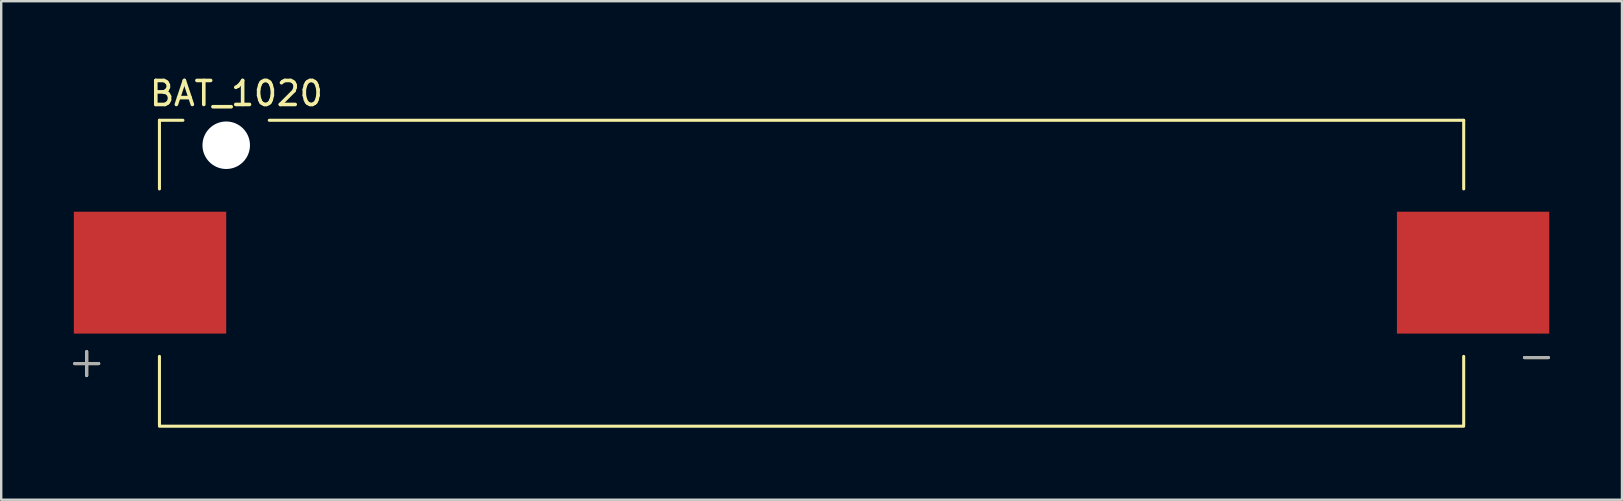
<source format=kicad_pcb>
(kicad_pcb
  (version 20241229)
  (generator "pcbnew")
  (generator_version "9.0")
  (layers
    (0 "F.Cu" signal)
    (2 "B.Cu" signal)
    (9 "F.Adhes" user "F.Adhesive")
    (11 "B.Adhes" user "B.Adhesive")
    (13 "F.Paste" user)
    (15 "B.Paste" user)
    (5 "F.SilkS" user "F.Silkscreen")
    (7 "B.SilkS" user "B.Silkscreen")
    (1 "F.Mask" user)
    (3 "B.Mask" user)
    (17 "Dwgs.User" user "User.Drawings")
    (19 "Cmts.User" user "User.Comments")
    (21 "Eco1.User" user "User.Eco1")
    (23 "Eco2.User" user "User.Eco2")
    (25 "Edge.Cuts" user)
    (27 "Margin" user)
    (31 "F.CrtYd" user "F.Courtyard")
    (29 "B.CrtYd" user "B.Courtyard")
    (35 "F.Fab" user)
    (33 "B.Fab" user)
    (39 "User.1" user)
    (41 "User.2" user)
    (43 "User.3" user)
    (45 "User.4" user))
  (footprint "BAT_1020"
    (layer "F.Cu")
    (at 30.773 8.313)
    (property "Reference" "BAT_1020" (at -23.973 -7.465 0) (layer "F.SilkS") (effects (font (size 1 1) (thickness 0.15))))
    (attr smd)
    (fp_line (start -30.71 3.79) (end -29.71 3.79) (stroke (width 0.127) (type solid)) (layer "F.SilkS"))
    (fp_line (start -30.21 3.29) (end -30.21 4.29) (stroke (width 0.127) (type solid)) (layer "F.SilkS"))
    (fp_line (start -27.178 -6.35) (end -26.2 -6.35) (stroke (width 0.127) (type solid)) (layer "F.SilkS"))
    (fp_line (start -27.178 -3.49) (end -27.178 -6.35) (stroke (width 0.127) (type solid)) (layer "F.SilkS"))
    (fp_line (start -27.178 6.35) (end -27.178 3.49) (stroke (width 0.127) (type solid)) (layer "F.SilkS"))
    (fp_line (start -22.6 -6.35) (end 27.178 -6.35) (stroke (width 0.127) (type solid)) (layer "F.SilkS"))
    (fp_line (start 27.178 -6.35) (end 27.178 -3.49) (stroke (width 0.127) (type solid)) (layer "F.SilkS"))
    (fp_line (start 27.178 3.49) (end 27.178 6.35) (stroke (width 0.127) (type solid)) (layer "F.SilkS"))
    (fp_line (start 27.178 6.4) (end -27.178 6.4) (stroke (width 0.127) (type solid)) (layer "F.SilkS"))
    (fp_line (start 29.71 3.54) (end 30.71 3.54) (stroke (width 0.127) (type solid)) (layer "F.SilkS"))
    (fp_line (start -30.71 3.79) (end -29.71 3.79) (stroke (width 0.127) (type solid)) (layer "F.Fab"))
    (fp_line (start -30.21 3.29) (end -30.21 4.29) (stroke (width 0.127) (type solid)) (layer "F.Fab"))
    (fp_line (start 29.71 3.54) (end 30.71 3.54) (stroke (width 0.127) (type solid)) (layer "F.Fab"))
    (pad "" np_thru_hole circle (at -24.395 -5.31) (size 1.98 1.98) (drill 1.98) (layers "*.Cu" "*.Mask"))
    (pad "1" smd rect (at -27.57 0) (size 6.35 5.08) (layers "F.Cu" "F.Mask" "F.Paste"))
    (pad "2" smd rect (at 27.57 0) (size 6.35 5.08) (layers "F.Cu" "F.Mask" "F.Paste")))
  (gr_rect
    (start -3 -3)
    (end 64.547 17.777)
    (stroke (width 0.1) (type default))
    (fill no)
    (layer "Edge.Cuts")))
</source>
